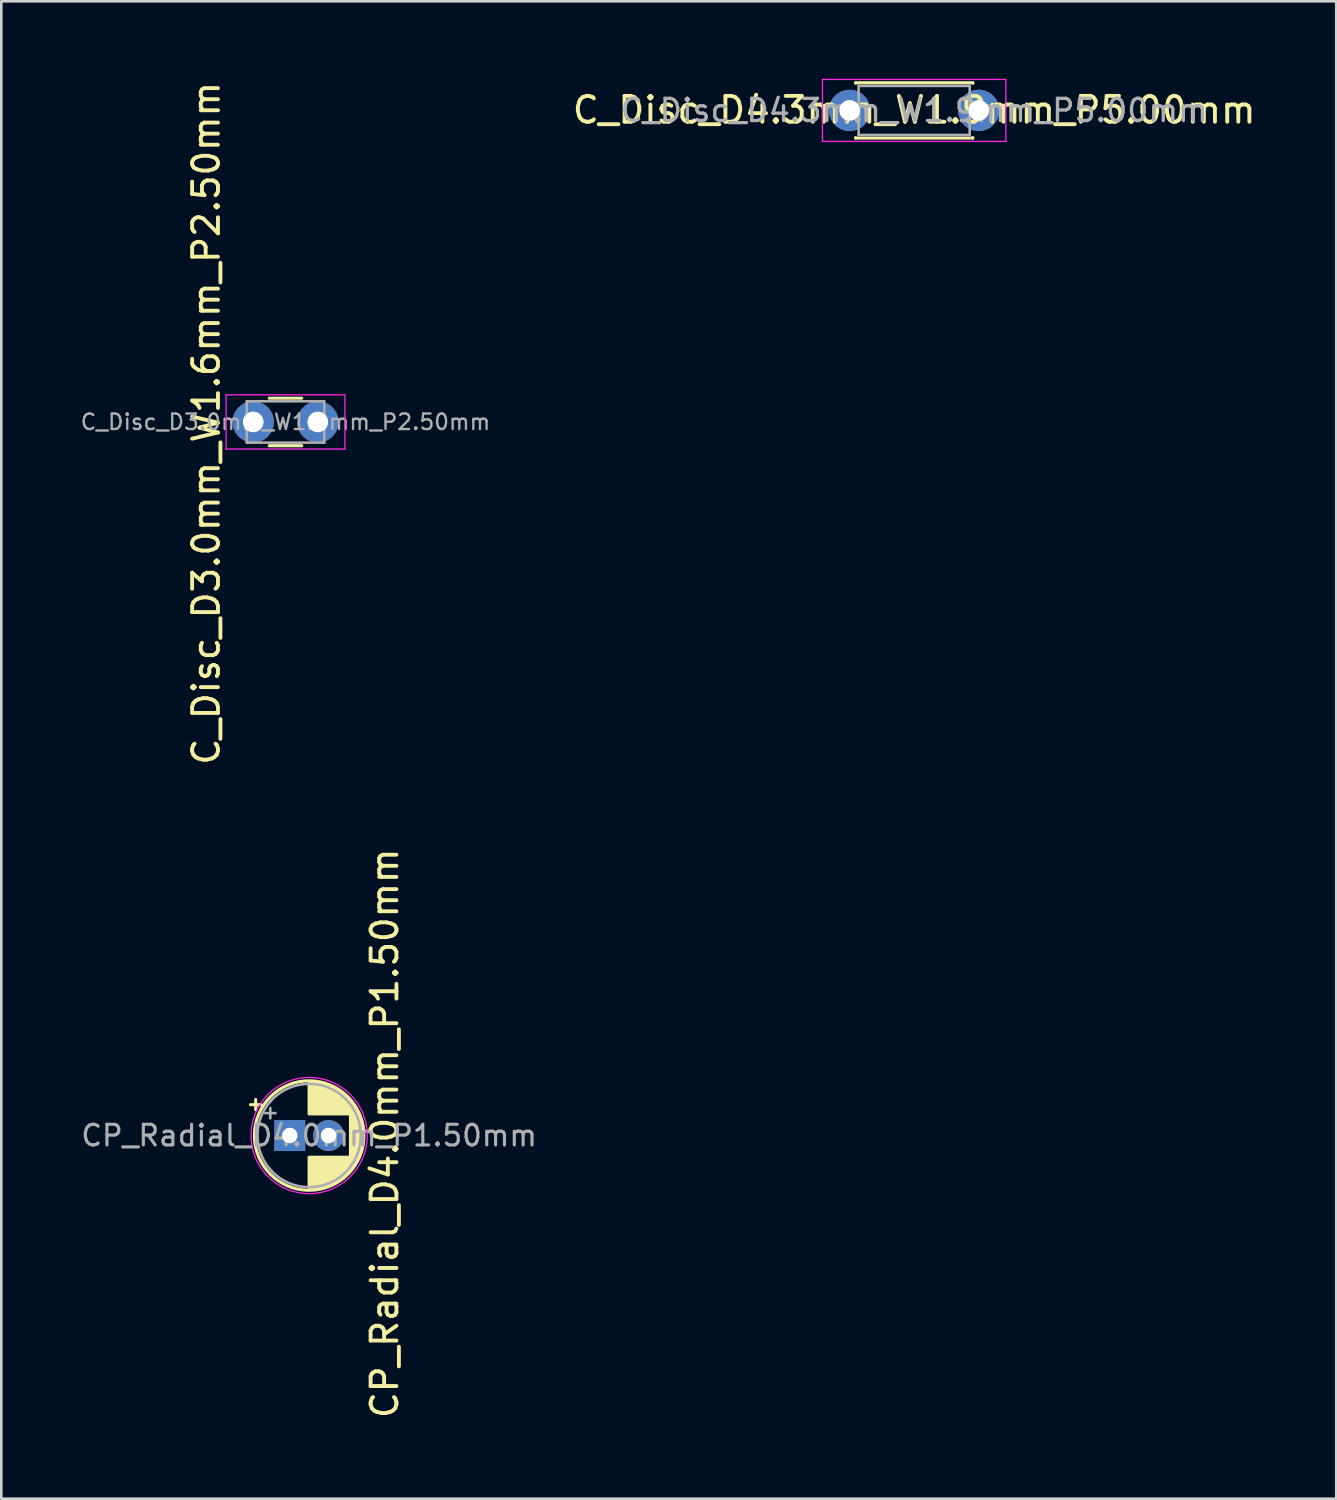
<source format=kicad_pcb>
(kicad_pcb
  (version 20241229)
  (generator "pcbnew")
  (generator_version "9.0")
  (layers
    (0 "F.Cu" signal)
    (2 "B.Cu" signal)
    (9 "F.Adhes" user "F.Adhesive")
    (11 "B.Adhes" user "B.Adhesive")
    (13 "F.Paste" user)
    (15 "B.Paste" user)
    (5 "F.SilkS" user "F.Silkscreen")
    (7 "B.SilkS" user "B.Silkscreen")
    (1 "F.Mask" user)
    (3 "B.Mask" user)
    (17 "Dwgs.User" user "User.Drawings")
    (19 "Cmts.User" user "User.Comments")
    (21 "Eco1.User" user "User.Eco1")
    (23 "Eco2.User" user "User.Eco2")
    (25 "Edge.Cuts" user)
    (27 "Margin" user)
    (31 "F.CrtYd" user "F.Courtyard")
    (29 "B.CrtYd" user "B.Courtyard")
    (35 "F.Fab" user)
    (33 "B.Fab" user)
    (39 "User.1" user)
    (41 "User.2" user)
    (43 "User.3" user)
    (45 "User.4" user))
  (footprint "C_Disc_D3.0mm_W1.6mm_P2.50mm"
    (layer "F.Cu")
    (at 6.754 13.287)
    (property "Reference" "C_Disc_D3.0mm_W1.6mm_P2.50mm" (at -1.82 0.052 270) (layer "F.SilkS") (effects (font (size 1 1) (thickness 0.15))))
    (attr through_hole)
    (fp_line (start 0.621 -0.92) (end 1.879 -0.92) (stroke (width 0.12) (type solid)) (layer "F.SilkS"))
    (fp_line (start 0.621 0.92) (end 1.879 0.92) (stroke (width 0.12) (type solid)) (layer "F.SilkS"))
    (fp_line (start -1.05 -1.05) (end -1.05 1.05) (stroke (width 0.05) (type solid)) (layer "F.CrtYd"))
    (fp_line (start -1.05 1.05) (end 3.55 1.05) (stroke (width 0.05) (type solid)) (layer "F.CrtYd"))
    (fp_line (start 3.55 -1.05) (end -1.05 -1.05) (stroke (width 0.05) (type solid)) (layer "F.CrtYd"))
    (fp_line (start 3.55 1.05) (end 3.55 -1.05) (stroke (width 0.05) (type solid)) (layer "F.CrtYd"))
    (fp_line (start -0.25 -0.8) (end -0.25 0.8) (stroke (width 0.1) (type solid)) (layer "F.Fab"))
    (fp_line (start -0.25 0.8) (end 2.75 0.8) (stroke (width 0.1) (type solid)) (layer "F.Fab"))
    (fp_line (start 2.75 -0.8) (end -0.25 -0.8) (stroke (width 0.1) (type solid)) (layer "F.Fab"))
    (fp_line (start 2.75 0.8) (end 2.75 -0.8) (stroke (width 0.1) (type solid)) (layer "F.Fab"))
    (fp_text user "${REFERENCE}" (at 1.25 0 0) (layer "F.Fab") (effects (font (size 0.6 0.6) (thickness 0.09))))
    (pad "1" thru_hole circle (at 0 0) (size 1.6 1.6) (drill 0.8) (layers "*.Cu" "*.Mask"))
    (pad "2" thru_hole circle (at 2.5 0) (size 1.6 1.6) (drill 0.8) (layers "*.Cu" "*.Mask")))
  (footprint "C_Disc_D4.3mm_W1.9mm_P5.00mm"
    (layer "F.Cu")
    (at 29.844 1.225)
    (property "Reference" "C_Disc_D4.3mm_W1.9mm_P5.00mm" (at 2.502 -0.017 0) (layer "F.SilkS") (effects (font (size 1 1) (thickness 0.15))))
    (attr through_hole)
    (fp_line (start 0.23 -1.07) (end 0.23 -1.055) (stroke (width 0.12) (type solid)) (layer "F.SilkS"))
    (fp_line (start 0.23 -1.07) (end 4.77 -1.07) (stroke (width 0.12) (type solid)) (layer "F.SilkS"))
    (fp_line (start 0.23 1.055) (end 0.23 1.07) (stroke (width 0.12) (type solid)) (layer "F.SilkS"))
    (fp_line (start 0.23 1.07) (end 4.77 1.07) (stroke (width 0.12) (type solid)) (layer "F.SilkS"))
    (fp_line (start 4.77 -1.07) (end 4.77 -1.055) (stroke (width 0.12) (type solid)) (layer "F.SilkS"))
    (fp_line (start 4.77 1.055) (end 4.77 1.07) (stroke (width 0.12) (type solid)) (layer "F.SilkS"))
    (fp_line (start -1.05 -1.2) (end -1.05 1.2) (stroke (width 0.05) (type solid)) (layer "F.CrtYd"))
    (fp_line (start -1.05 1.2) (end 6.05 1.2) (stroke (width 0.05) (type solid)) (layer "F.CrtYd"))
    (fp_line (start 6.05 -1.2) (end -1.05 -1.2) (stroke (width 0.05) (type solid)) (layer "F.CrtYd"))
    (fp_line (start 6.05 1.2) (end 6.05 -1.2) (stroke (width 0.05) (type solid)) (layer "F.CrtYd"))
    (fp_line (start 0.35 -0.95) (end 0.35 0.95) (stroke (width 0.1) (type solid)) (layer "F.Fab"))
    (fp_line (start 0.35 0.95) (end 4.65 0.95) (stroke (width 0.1) (type solid)) (layer "F.Fab"))
    (fp_line (start 4.65 -0.95) (end 0.35 -0.95) (stroke (width 0.1) (type solid)) (layer "F.Fab"))
    (fp_line (start 4.65 0.95) (end 4.65 -0.95) (stroke (width 0.1) (type solid)) (layer "F.Fab"))
    (fp_text user "${REFERENCE}" (at 2.5 0 0) (layer "F.Fab") (effects (font (size 0.86 0.86) (thickness 0.129))))
    (pad "1" thru_hole circle (at 0 0) (size 1.6 1.6) (drill 0.8) (layers "*.Cu" "*.Mask"))
    (pad "2" thru_hole circle (at 5 0) (size 1.6 1.6) (drill 0.8) (layers "*.Cu" "*.Mask")))
  (footprint "CP_Radial_D4.0mm_P1.50mm"
    (layer "F.Cu")
    (at 8.169 40.915)
    (property "Reference" "CP_Radial_D4.0mm_P1.50mm" (at 3.675 -0.087 270) (layer "F.SilkS") (effects (font (size 1 1) (thickness 0.15))))
    (attr through_hole)
    (fp_line (start -1.52 -1.195) (end -1.12 -1.195) (stroke (width 0.12) (type solid)) (layer "F.SilkS"))
    (fp_line (start -1.32 -1.395) (end -1.32 -0.995) (stroke (width 0.12) (type solid)) (layer "F.SilkS"))
    (fp_line (start 0.75 -2.08) (end 0.75 -0.84) (stroke (width 0.12) (type solid)) (layer "F.SilkS"))
    (fp_line (start 0.75 0.84) (end 0.75 2.08) (stroke (width 0.12) (type solid)) (layer "F.SilkS"))
    (fp_line (start 0.79 -2.08) (end 0.79 -0.84) (stroke (width 0.12) (type solid)) (layer "F.SilkS"))
    (fp_line (start 0.79 0.84) (end 0.79 2.08) (stroke (width 0.12) (type solid)) (layer "F.SilkS"))
    (fp_line (start 0.83 -2.079) (end 0.83 -0.84) (stroke (width 0.12) (type solid)) (layer "F.SilkS"))
    (fp_line (start 0.83 0.84) (end 0.83 2.079) (stroke (width 0.12) (type solid)) (layer "F.SilkS"))
    (fp_line (start 0.87 -2.077) (end 0.87 -0.84) (stroke (width 0.12) (type solid)) (layer "F.SilkS"))
    (fp_line (start 0.87 0.84) (end 0.87 2.077) (stroke (width 0.12) (type solid)) (layer "F.SilkS"))
    (fp_line (start 0.91 -2.074) (end 0.91 -0.84) (stroke (width 0.12) (type solid)) (layer "F.SilkS"))
    (fp_line (start 0.91 0.84) (end 0.91 2.074) (stroke (width 0.12) (type solid)) (layer "F.SilkS"))
    (fp_line (start 0.95 -2.071) (end 0.95 -0.84) (stroke (width 0.12) (type solid)) (layer "F.SilkS"))
    (fp_line (start 0.95 0.84) (end 0.95 2.071) (stroke (width 0.12) (type solid)) (layer "F.SilkS"))
    (fp_line (start 0.99 -2.067) (end 0.99 -0.84) (stroke (width 0.12) (type solid)) (layer "F.SilkS"))
    (fp_line (start 0.99 0.84) (end 0.99 2.067) (stroke (width 0.12) (type solid)) (layer "F.SilkS"))
    (fp_line (start 1.03 -2.062) (end 1.03 -0.84) (stroke (width 0.12) (type solid)) (layer "F.SilkS"))
    (fp_line (start 1.03 0.84) (end 1.03 2.062) (stroke (width 0.12) (type solid)) (layer "F.SilkS"))
    (fp_line (start 1.07 -2.056) (end 1.07 -0.84) (stroke (width 0.12) (type solid)) (layer "F.SilkS"))
    (fp_line (start 1.07 0.84) (end 1.07 2.056) (stroke (width 0.12) (type solid)) (layer "F.SilkS"))
    (fp_line (start 1.11 -2.05) (end 1.11 -0.84) (stroke (width 0.12) (type solid)) (layer "F.SilkS"))
    (fp_line (start 1.11 0.84) (end 1.11 2.05) (stroke (width 0.12) (type solid)) (layer "F.SilkS"))
    (fp_line (start 1.15 -2.042) (end 1.15 -0.84) (stroke (width 0.12) (type solid)) (layer "F.SilkS"))
    (fp_line (start 1.15 0.84) (end 1.15 2.042) (stroke (width 0.12) (type solid)) (layer "F.SilkS"))
    (fp_line (start 1.19 -2.034) (end 1.19 -0.84) (stroke (width 0.12) (type solid)) (layer "F.SilkS"))
    (fp_line (start 1.19 0.84) (end 1.19 2.034) (stroke (width 0.12) (type solid)) (layer "F.SilkS"))
    (fp_line (start 1.23 -2.025) (end 1.23 -0.84) (stroke (width 0.12) (type solid)) (layer "F.SilkS"))
    (fp_line (start 1.23 0.84) (end 1.23 2.025) (stroke (width 0.12) (type solid)) (layer "F.SilkS"))
    (fp_line (start 1.27 -2.016) (end 1.27 -0.84) (stroke (width 0.12) (type solid)) (layer "F.SilkS"))
    (fp_line (start 1.27 0.84) (end 1.27 2.016) (stroke (width 0.12) (type solid)) (layer "F.SilkS"))
    (fp_line (start 1.31 -2.005) (end 1.31 -0.84) (stroke (width 0.12) (type solid)) (layer "F.SilkS"))
    (fp_line (start 1.31 0.84) (end 1.31 2.005) (stroke (width 0.12) (type solid)) (layer "F.SilkS"))
    (fp_line (start 1.35 -1.994) (end 1.35 -0.84) (stroke (width 0.12) (type solid)) (layer "F.SilkS"))
    (fp_line (start 1.35 0.84) (end 1.35 1.994) (stroke (width 0.12) (type solid)) (layer "F.SilkS"))
    (fp_line (start 1.39 -1.982) (end 1.39 -0.84) (stroke (width 0.12) (type solid)) (layer "F.SilkS"))
    (fp_line (start 1.39 0.84) (end 1.39 1.982) (stroke (width 0.12) (type solid)) (layer "F.SilkS"))
    (fp_line (start 1.43 -1.968) (end 1.43 -0.84) (stroke (width 0.12) (type solid)) (layer "F.SilkS"))
    (fp_line (start 1.43 0.84) (end 1.43 1.968) (stroke (width 0.12) (type solid)) (layer "F.SilkS"))
    (fp_line (start 1.471 -1.954) (end 1.471 -0.84) (stroke (width 0.12) (type solid)) (layer "F.SilkS"))
    (fp_line (start 1.471 0.84) (end 1.471 1.954) (stroke (width 0.12) (type solid)) (layer "F.SilkS"))
    (fp_line (start 1.511 -1.94) (end 1.511 -0.84) (stroke (width 0.12) (type solid)) (layer "F.SilkS"))
    (fp_line (start 1.511 0.84) (end 1.511 1.94) (stroke (width 0.12) (type solid)) (layer "F.SilkS"))
    (fp_line (start 1.551 -1.924) (end 1.551 -0.84) (stroke (width 0.12) (type solid)) (layer "F.SilkS"))
    (fp_line (start 1.551 0.84) (end 1.551 1.924) (stroke (width 0.12) (type solid)) (layer "F.SilkS"))
    (fp_line (start 1.591 -1.907) (end 1.591 -0.84) (stroke (width 0.12) (type solid)) (layer "F.SilkS"))
    (fp_line (start 1.591 0.84) (end 1.591 1.907) (stroke (width 0.12) (type solid)) (layer "F.SilkS"))
    (fp_line (start 1.631 -1.889) (end 1.631 -0.84) (stroke (width 0.12) (type solid)) (layer "F.SilkS"))
    (fp_line (start 1.631 0.84) (end 1.631 1.889) (stroke (width 0.12) (type solid)) (layer "F.SilkS"))
    (fp_line (start 1.671 -1.87) (end 1.671 -0.84) (stroke (width 0.12) (type solid)) (layer "F.SilkS"))
    (fp_line (start 1.671 0.84) (end 1.671 1.87) (stroke (width 0.12) (type solid)) (layer "F.SilkS"))
    (fp_line (start 1.711 -1.851) (end 1.711 -0.84) (stroke (width 0.12) (type solid)) (layer "F.SilkS"))
    (fp_line (start 1.711 0.84) (end 1.711 1.851) (stroke (width 0.12) (type solid)) (layer "F.SilkS"))
    (fp_line (start 1.751 -1.83) (end 1.751 -0.84) (stroke (width 0.12) (type solid)) (layer "F.SilkS"))
    (fp_line (start 1.751 0.84) (end 1.751 1.83) (stroke (width 0.12) (type solid)) (layer "F.SilkS"))
    (fp_line (start 1.791 -1.808) (end 1.791 -0.84) (stroke (width 0.12) (type solid)) (layer "F.SilkS"))
    (fp_line (start 1.791 0.84) (end 1.791 1.808) (stroke (width 0.12) (type solid)) (layer "F.SilkS"))
    (fp_line (start 1.831 -1.785) (end 1.831 -0.84) (stroke (width 0.12) (type solid)) (layer "F.SilkS"))
    (fp_line (start 1.831 0.84) (end 1.831 1.785) (stroke (width 0.12) (type solid)) (layer "F.SilkS"))
    (fp_line (start 1.871 -1.76) (end 1.871 -0.84) (stroke (width 0.12) (type solid)) (layer "F.SilkS"))
    (fp_line (start 1.871 0.84) (end 1.871 1.76) (stroke (width 0.12) (type solid)) (layer "F.SilkS"))
    (fp_line (start 1.911 -1.735) (end 1.911 -0.84) (stroke (width 0.12) (type solid)) (layer "F.SilkS"))
    (fp_line (start 1.911 0.84) (end 1.911 1.735) (stroke (width 0.12) (type solid)) (layer "F.SilkS"))
    (fp_line (start 1.951 -1.708) (end 1.951 -0.84) (stroke (width 0.12) (type solid)) (layer "F.SilkS"))
    (fp_line (start 1.951 0.84) (end 1.951 1.708) (stroke (width 0.12) (type solid)) (layer "F.SilkS"))
    (fp_line (start 1.991 -1.68) (end 1.991 -0.84) (stroke (width 0.12) (type solid)) (layer "F.SilkS"))
    (fp_line (start 1.991 0.84) (end 1.991 1.68) (stroke (width 0.12) (type solid)) (layer "F.SilkS"))
    (fp_line (start 2.031 -1.65) (end 2.031 -0.84) (stroke (width 0.12) (type solid)) (layer "F.SilkS"))
    (fp_line (start 2.031 0.84) (end 2.031 1.65) (stroke (width 0.12) (type solid)) (layer "F.SilkS"))
    (fp_line (start 2.071 -1.619) (end 2.071 -0.84) (stroke (width 0.12) (type solid)) (layer "F.SilkS"))
    (fp_line (start 2.071 0.84) (end 2.071 1.619) (stroke (width 0.12) (type solid)) (layer "F.SilkS"))
    (fp_line (start 2.111 -1.587) (end 2.111 -0.84) (stroke (width 0.12) (type solid)) (layer "F.SilkS"))
    (fp_line (start 2.111 0.84) (end 2.111 1.587) (stroke (width 0.12) (type solid)) (layer "F.SilkS"))
    (fp_line (start 2.151 -1.552) (end 2.151 -0.84) (stroke (width 0.12) (type solid)) (layer "F.SilkS"))
    (fp_line (start 2.151 0.84) (end 2.151 1.552) (stroke (width 0.12) (type solid)) (layer "F.SilkS"))
    (fp_line (start 2.191 -1.516) (end 2.191 -0.84) (stroke (width 0.12) (type solid)) (layer "F.SilkS"))
    (fp_line (start 2.191 0.84) (end 2.191 1.516) (stroke (width 0.12) (type solid)) (layer "F.SilkS"))
    (fp_line (start 2.231 -1.478) (end 2.231 -0.84) (stroke (width 0.12) (type solid)) (layer "F.SilkS"))
    (fp_line (start 2.231 0.84) (end 2.231 1.478) (stroke (width 0.12) (type solid)) (layer "F.SilkS"))
    (fp_line (start 2.271 -1.438) (end 2.271 -0.84) (stroke (width 0.12) (type solid)) (layer "F.SilkS"))
    (fp_line (start 2.271 0.84) (end 2.271 1.438) (stroke (width 0.12) (type solid)) (layer "F.SilkS"))
    (fp_line (start 2.311 -1.396) (end 2.311 -0.84) (stroke (width 0.12) (type solid)) (layer "F.SilkS"))
    (fp_line (start 2.311 0.84) (end 2.311 1.396) (stroke (width 0.12) (type solid)) (layer "F.SilkS"))
    (fp_line (start 2.351 -1.351) (end 2.351 1.351) (stroke (width 0.12) (type solid)) (layer "F.SilkS"))
    (fp_line (start 2.391 -1.304) (end 2.391 1.304) (stroke (width 0.12) (type solid)) (layer "F.SilkS"))
    (fp_line (start 2.431 -1.254) (end 2.431 1.254) (stroke (width 0.12) (type solid)) (layer "F.SilkS"))
    (fp_line (start 2.471 -1.2) (end 2.471 1.2) (stroke (width 0.12) (type solid)) (layer "F.SilkS"))
    (fp_line (start 2.511 -1.142) (end 2.511 1.142) (stroke (width 0.12) (type solid)) (layer "F.SilkS"))
    (fp_line (start 2.551 -1.08) (end 2.551 1.08) (stroke (width 0.12) (type solid)) (layer "F.SilkS"))
    (fp_line (start 2.591 -1.013) (end 2.591 1.013) (stroke (width 0.12) (type solid)) (layer "F.SilkS"))
    (fp_line (start 2.631 -0.94) (end 2.631 0.94) (stroke (width 0.12) (type solid)) (layer "F.SilkS"))
    (fp_line (start 2.671 -0.859) (end 2.671 0.859) (stroke (width 0.12) (type solid)) (layer "F.SilkS"))
    (fp_line (start 2.711 -0.768) (end 2.711 0.768) (stroke (width 0.12) (type solid)) (layer "F.SilkS"))
    (fp_line (start 2.751 -0.664) (end 2.751 0.664) (stroke (width 0.12) (type solid)) (layer "F.SilkS"))
    (fp_line (start 2.791 -0.537) (end 2.791 0.537) (stroke (width 0.12) (type solid)) (layer "F.SilkS"))
    (fp_line (start 2.831 -0.37) (end 2.831 0.37) (stroke (width 0.12) (type solid)) (layer "F.SilkS"))
    (fp_circle (center 0.75 0) (end 2.87 0) (stroke (width 0.12) (type solid)) (fill no) (layer "F.SilkS"))
    (fp_circle (center 0.75 0) (end 3 0) (stroke (width 0.05) (type solid)) (fill no) (layer "F.CrtYd"))
    (fp_line (start -0.953 -0.868) (end -0.553 -0.868) (stroke (width 0.1) (type solid)) (layer "F.Fab"))
    (fp_line (start -0.753 -1.067) (end -0.753 -0.667) (stroke (width 0.1) (type solid)) (layer "F.Fab"))
    (fp_circle (center 0.75 0) (end 2.75 0) (stroke (width 0.1) (type solid)) (fill no) (layer "F.Fab"))
    (fp_text user "${REFERENCE}" (at 0.75 0 0) (layer "F.Fab") (effects (font (size 0.8 0.8) (thickness 0.12))))
    (pad "1" thru_hole rect (at 0 0) (size 1.2 1.2) (drill 0.6) (layers "*.Cu" "*.Mask"))
    (pad "2" thru_hole circle (at 1.5 0) (size 1.2 1.2) (drill 0.6) (layers "*.Cu" "*.Mask")))
  (gr_rect
    (start -3 -3)
    (end 48.686 54.976)
    (stroke (width 0.1) (type default))
    (fill no)
    (layer "Edge.Cuts")))
</source>
